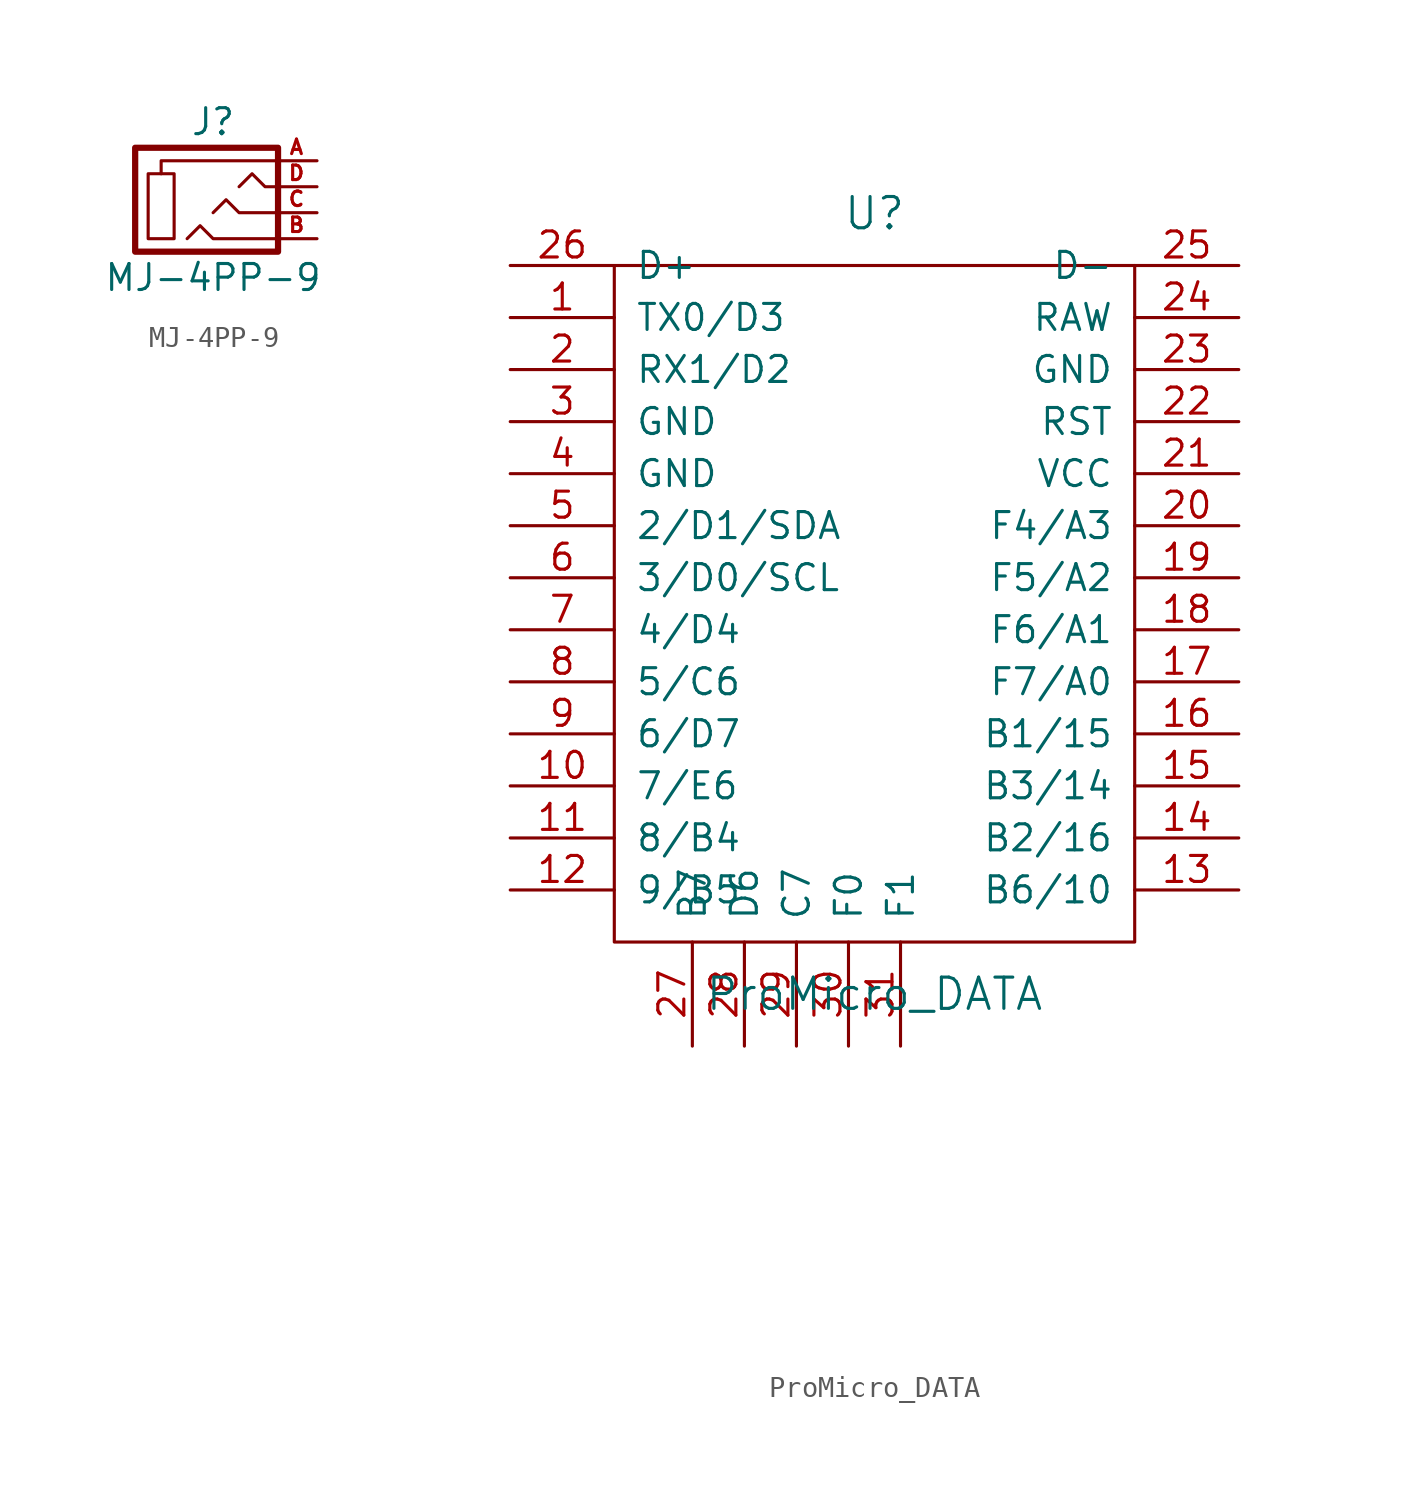
<source format=kicad_sym>
(kicad_symbol_lib
  (version 20211014)
  (generator kicad_symbol_editor)
  (symbol "MJ-4PP-9"
    (pin_names
      (offset 1.016))
    (property "Reference" "J"
      (at 0 3.81 0)
      (effects (font (size 1.27 1.27))))
    (property "Value" "MJ-4PP-9"
      (at 0 -3.81 0)
      (effects (font (size 1.27 1.27))))
    (symbol "MJ-4PP-9_0_1"
      (rectangle (start -1.905 -1.905) (end -3.175 1.27) (stroke (width 0) (type default) (color 0 0 0 0)) (fill (type none)))
      (polyline (pts (xy -2.54 1.27) (xy -2.54 1.905) (xy 3.175 1.905)) (stroke (width 0) (type default) (color 0 0 0 0)) (fill (type none)))
      (polyline (pts (xy -1.27 -1.905) (xy -0.635 -1.27) (xy 0 -1.905) (xy 3.175 -1.905)) (stroke (width 0) (type default) (color 0 0 0 0)) (fill (type none)))
      (polyline (pts (xy 0 -0.635) (xy 0.635 0) (xy 1.27 -0.635) (xy 3.175 -0.635)) (stroke (width 0) (type default) (color 0 0 0 0)) (fill (type none)))
      (polyline (pts (xy 1.27 0.635) (xy 1.905 1.27) (xy 2.54 0.635) (xy 3.175 0.635)) (stroke (width 0) (type default) (color 0 0 0 0)) (fill (type none)))
      (rectangle (start 3.175 2.54) (end -3.81 -2.54) (stroke (width 0.305) (type default) (color 0 0 0 0)) (fill (type none))))
    (symbol "MJ-4PP-9_1_1"
      (pin input line (at 5.08 1.905 180) (length 2.007) (name "~" (effects (font (size 0.508 0.508)))) (number "A" (effects (font (size 0.711 0.711)))))
      (pin input line (at 5.08 -1.905 180) (length 2.007) (name "~" (effects (font (size 0.508 0.508)))) (number "B" (effects (font (size 0.711 0.711)))))
      (pin input line (at 5.08 -0.635 180) (length 2.007) (name "~" (effects (font (size 0.508 0.508)))) (number "C" (effects (font (size 0.711 0.711)))))
      (pin input line (at 5.08 0.635 180) (length 2.007) (name "~" (effects (font (size 0.508 0.508)))) (number "D" (effects (font (size 0.711 0.711)))))))
  (symbol "ProMicro_DATA"
    (pin_names
      (offset 1.016))
    (property "Reference" "U"
      (at 0 24.13 0)
      (effects (font (size 1.524 1.524))))
    (property "Value" "ProMicro_DATA"
      (at 0 -13.97 0)
      (effects (font (size 1.524 1.524))))
    (property "Footprint" ""
      (at 2.54 -26.67 0)
      (effects (font (size 1.524 1.524))))
    (property "Datasheet" ""
      (at 2.54 -26.67 0)
      (effects (font (size 1.524 1.524))))
    (symbol "ProMicro_DATA_0_1"
      (rectangle (start -12.7 21.59) (end 12.7 -11.43) (stroke (width 0) (type default) (color 0 0 0 0)) (fill (type none))))
    (symbol "ProMicro_DATA_1_1"
      (pin bidirectional line (at -17.78 19.05 0) (length 5.08) (name "TX0/D3" (effects (font (size 1.27 1.27)))) (number "1" (effects (font (size 1.27 1.27)))))
      (pin bidirectional line (at -17.78 -3.81 0) (length 5.08) (name "7/E6" (effects (font (size 1.27 1.27)))) (number "10" (effects (font (size 1.27 1.27)))))
      (pin bidirectional line (at -17.78 -6.35 0) (length 5.08) (name "8/B4" (effects (font (size 1.27 1.27)))) (number "11" (effects (font (size 1.27 1.27)))))
      (pin bidirectional line (at -17.78 -8.89 0) (length 5.08) (name "9/B5" (effects (font (size 1.27 1.27)))) (number "12" (effects (font (size 1.27 1.27)))))
      (pin bidirectional line (at 17.78 -8.89 180) (length 5.08) (name "B6/10" (effects (font (size 1.27 1.27)))) (number "13" (effects (font (size 1.27 1.27)))))
      (pin bidirectional line (at 17.78 -6.35 180) (length 5.08) (name "B2/16" (effects (font (size 1.27 1.27)))) (number "14" (effects (font (size 1.27 1.27)))))
      (pin bidirectional line (at 17.78 -3.81 180) (length 5.08) (name "B3/14" (effects (font (size 1.27 1.27)))) (number "15" (effects (font (size 1.27 1.27)))))
      (pin bidirectional line (at 17.78 -1.27 180) (length 5.08) (name "B1/15" (effects (font (size 1.27 1.27)))) (number "16" (effects (font (size 1.27 1.27)))))
      (pin bidirectional line (at 17.78 1.27 180) (length 5.08) (name "F7/A0" (effects (font (size 1.27 1.27)))) (number "17" (effects (font (size 1.27 1.27)))))
      (pin bidirectional line (at 17.78 3.81 180) (length 5.08) (name "F6/A1" (effects (font (size 1.27 1.27)))) (number "18" (effects (font (size 1.27 1.27)))))
      (pin bidirectional line (at 17.78 6.35 180) (length 5.08) (name "F5/A2" (effects (font (size 1.27 1.27)))) (number "19" (effects (font (size 1.27 1.27)))))
      (pin bidirectional line (at -17.78 16.51 0) (length 5.08) (name "RX1/D2" (effects (font (size 1.27 1.27)))) (number "2" (effects (font (size 1.27 1.27)))))
      (pin bidirectional line (at 17.78 8.89 180) (length 5.08) (name "F4/A3" (effects (font (size 1.27 1.27)))) (number "20" (effects (font (size 1.27 1.27)))))
      (pin power_in line (at 17.78 11.43 180) (length 5.08) (name "VCC" (effects (font (size 1.27 1.27)))) (number "21" (effects (font (size 1.27 1.27)))))
      (pin input line (at 17.78 13.97 180) (length 5.08) (name "RST" (effects (font (size 1.27 1.27)))) (number "22" (effects (font (size 1.27 1.27)))))
      (pin power_in line (at 17.78 16.51 180) (length 5.08) (name "GND" (effects (font (size 1.27 1.27)))) (number "23" (effects (font (size 1.27 1.27)))))
      (pin power_out line (at 17.78 19.05 180) (length 5.08) (name "RAW" (effects (font (size 1.27 1.27)))) (number "24" (effects (font (size 1.27 1.27)))))
      (pin bidirectional line (at 17.78 21.59 180) (length 5.08) (name "D-" (effects (font (size 1.27 1.27)))) (number "25" (effects (font (size 1.27 1.27)))))
      (pin bidirectional line (at -17.78 21.59 0) (length 5.08) (name "D+" (effects (font (size 1.27 1.27)))) (number "26" (effects (font (size 1.27 1.27)))))
      (pin bidirectional line (at -8.89 -16.51 90) (length 5.08) (name "B7" (effects (font (size 1.27 1.27)))) (number "27" (effects (font (size 1.27 1.27)))))
      (pin bidirectional line (at -6.35 -16.51 90) (length 5.08) (name "D6" (effects (font (size 1.27 1.27)))) (number "28" (effects (font (size 1.27 1.27)))))
      (pin bidirectional line (at -3.81 -16.51 90) (length 5.08) (name "C7" (effects (font (size 1.27 1.27)))) (number "29" (effects (font (size 1.27 1.27)))))
      (pin power_in line (at -17.78 13.97 0) (length 5.08) (name "GND" (effects (font (size 1.27 1.27)))) (number "3" (effects (font (size 1.27 1.27)))))
      (pin bidirectional line (at -1.27 -16.51 90) (length 5.08) (name "F0" (effects (font (size 1.27 1.27)))) (number "30" (effects (font (size 1.27 1.27)))))
      (pin bidirectional line (at 1.27 -16.51 90) (length 5.08) (name "F1" (effects (font (size 1.27 1.27)))) (number "31" (effects (font (size 1.27 1.27)))))
      (pin power_in line (at -17.78 11.43 0) (length 5.08) (name "GND" (effects (font (size 1.27 1.27)))) (number "4" (effects (font (size 1.27 1.27)))))
      (pin bidirectional line (at -17.78 8.89 0) (length 5.08) (name "2/D1/SDA" (effects (font (size 1.27 1.27)))) (number "5" (effects (font (size 1.27 1.27)))))
      (pin bidirectional line (at -17.78 6.35 0) (length 5.08) (name "3/D0/SCL" (effects (font (size 1.27 1.27)))) (number "6" (effects (font (size 1.27 1.27)))))
      (pin bidirectional line (at -17.78 3.81 0) (length 5.08) (name "4/D4" (effects (font (size 1.27 1.27)))) (number "7" (effects (font (size 1.27 1.27)))))
      (pin bidirectional line (at -17.78 1.27 0) (length 5.08) (name "5/C6" (effects (font (size 1.27 1.27)))) (number "8" (effects (font (size 1.27 1.27)))))
      (pin bidirectional line (at -17.78 -1.27 0) (length 5.08) (name "6/D7" (effects (font (size 1.27 1.27)))) (number "9" (effects (font (size 1.27 1.27))))))))
</source>
